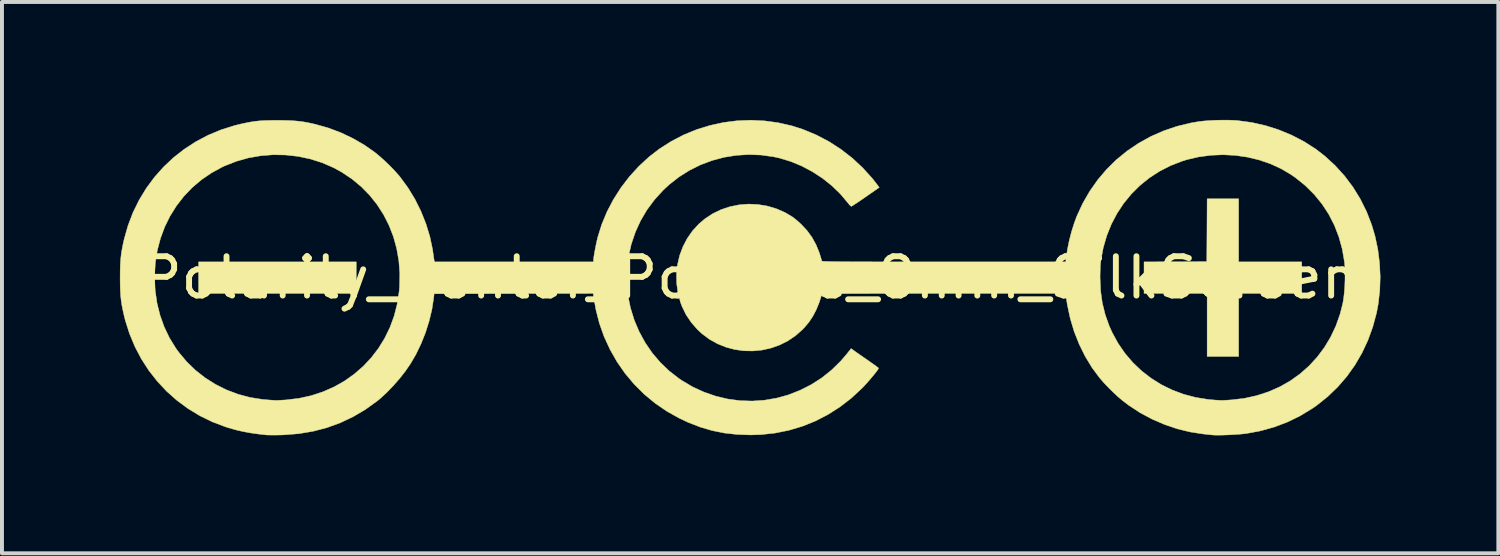
<source format=kicad_pcb>
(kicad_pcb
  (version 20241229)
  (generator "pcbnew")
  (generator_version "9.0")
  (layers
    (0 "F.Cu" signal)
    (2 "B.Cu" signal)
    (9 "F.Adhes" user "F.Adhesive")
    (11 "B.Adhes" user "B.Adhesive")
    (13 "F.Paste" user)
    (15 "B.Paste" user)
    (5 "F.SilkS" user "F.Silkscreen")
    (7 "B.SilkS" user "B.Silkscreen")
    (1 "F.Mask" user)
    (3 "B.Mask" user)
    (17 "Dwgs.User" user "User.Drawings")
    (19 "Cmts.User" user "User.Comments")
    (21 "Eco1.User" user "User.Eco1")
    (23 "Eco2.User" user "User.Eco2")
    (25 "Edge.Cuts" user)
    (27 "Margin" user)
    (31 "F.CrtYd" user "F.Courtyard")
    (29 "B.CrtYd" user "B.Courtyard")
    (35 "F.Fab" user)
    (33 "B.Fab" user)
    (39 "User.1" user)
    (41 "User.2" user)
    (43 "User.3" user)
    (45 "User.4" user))
  (footprint "Polarity_Center_Positive_8mm_SilkScreen"
    (layer "F.Cu")
    (at 16.021 4.012)
    (property "Reference" "Polarity_Center_Positive_8mm_SilkScreen" (at 0 0 0) (layer "F.SilkS") (effects (font (size 1 1) (thickness 0.15))))
    (attr exclude_from_pos_files exclude_from_bom allow_missing_courtyard)
    (fp_poly (pts (xy -10.01 0.401) (xy -14.02 0.401) (xy -14.02 -0.401) (xy -10.01 -0.401) (xy -10.01 0.401)) (stroke (width 0.01) (type solid)) (fill yes) (layer "F.SilkS"))
    (fp_poly (pts (xy 12.433 -0.401) (xy 14.037 -0.401) (xy 14.037 0.401) (xy 12.433 0.401) (xy 12.433 2.005) (xy 11.631 2.005) (xy 11.631 0.401) (xy 10.026 0.401) (xy 10.026 -0.401) (xy 10.824 -0.405) (xy 11.622 -0.409) (xy 11.627 -1.207) (xy 11.631 -2.005) (xy 12.433 -2.005) (xy 12.433 -0.401)) (stroke (width 0.01) (type solid)) (fill yes) (layer "F.SilkS"))
    (fp_poly (pts (xy 12.193 -4.006) (xy 12.338 -4.001) (xy 12.409 -3.995) (xy 12.765 -3.947) (xy 13.115 -3.868) (xy 13.455 -3.76) (xy 13.783 -3.624) (xy 14.095 -3.462) (xy 14.388 -3.275) (xy 14.622 -3.095) (xy 14.886 -2.852) (xy 15.126 -2.588) (xy 15.34 -2.303) (xy 15.527 -2) (xy 15.686 -1.68) (xy 15.816 -1.345) (xy 15.9 -1.061) (xy 15.972 -0.723) (xy 16.016 -0.375) (xy 16.033 -0.023) (xy 16.022 0.326) (xy 15.983 0.666) (xy 15.941 0.892) (xy 15.845 1.249) (xy 15.721 1.591) (xy 15.569 1.916) (xy 15.39 2.223) (xy 15.185 2.511) (xy 14.954 2.778) (xy 14.699 3.024) (xy 14.42 3.247) (xy 14.302 3.329) (xy 13.994 3.516) (xy 13.672 3.673) (xy 13.336 3.8) (xy 12.986 3.897) (xy 12.645 3.961) (xy 12.559 3.972) (xy 12.454 3.982) (xy 12.335 3.99) (xy 12.21 3.997) (xy 12.087 4.002) (xy 11.971 4.005) (xy 11.871 4.006) (xy 11.794 4.003) (xy 11.764 4.001) (xy 11.723 3.996) (xy 11.658 3.99) (xy 11.581 3.981) (xy 11.53 3.976) (xy 11.2 3.925) (xy 10.869 3.844) (xy 10.543 3.733) (xy 10.226 3.596) (xy 9.922 3.433) (xy 9.638 3.247) (xy 9.467 3.116) (xy 9.357 3.022) (xy 9.238 2.911) (xy 9.117 2.791) (xy 9.004 2.672) (xy 8.908 2.562) (xy 8.896 2.548) (xy 8.701 2.285) (xy 8.527 1.998) (xy 8.376 1.691) (xy 8.249 1.37) (xy 8.149 1.036) (xy 8.076 0.695) (xy 8.062 0.606) (xy 8.032 0.401) (xy 4.934 0.401) (xy 4.543 0.401) (xy 4.184 0.401) (xy 3.856 0.401) (xy 3.557 0.402) (xy 3.287 0.402) (xy 3.045 0.403) (xy 2.829 0.403) (xy 2.638 0.404) (xy 2.47 0.405) (xy 2.325 0.406) (xy 2.201 0.408) (xy 2.098 0.409) (xy 2.013 0.411) (xy 1.946 0.412) (xy 1.896 0.414) (xy 1.861 0.417) (xy 1.839 0.419) (xy 1.831 0.422) (xy 1.831 0.422) (xy 1.764 0.633) (xy 1.689 0.817) (xy 1.604 0.98) (xy 1.506 1.128) (xy 1.39 1.266) (xy 1.338 1.321) (xy 1.158 1.479) (xy 0.962 1.611) (xy 0.753 1.715) (xy 0.534 1.792) (xy 0.308 1.842) (xy 0.078 1.864) (xy -0.153 1.86) (xy -0.382 1.828) (xy -0.606 1.768) (xy -0.821 1.682) (xy -1.026 1.568) (xy -1.215 1.427) (xy -1.326 1.325) (xy -1.488 1.141) (xy -1.619 0.947) (xy -1.721 0.74) (xy -1.763 0.628) (xy -1.828 0.387) (xy -1.861 0.144) (xy -1.863 0.006) (xy 8.907 0.006) (xy 8.921 0.329) (xy 8.964 0.638) (xy 9.037 0.935) (xy 9.14 1.226) (xy 9.216 1.395) (xy 9.367 1.671) (xy 9.543 1.927) (xy 9.743 2.161) (xy 9.965 2.372) (xy 10.207 2.559) (xy 10.468 2.722) (xy 10.746 2.858) (xy 11.038 2.967) (xy 11.344 3.047) (xy 11.661 3.098) (xy 11.848 3.114) (xy 11.908 3.117) (xy 11.961 3.12) (xy 11.981 3.122) (xy 12.013 3.122) (xy 12.071 3.119) (xy 12.146 3.115) (xy 12.233 3.109) (xy 12.252 3.108) (xy 12.58 3.069) (xy 12.895 2.999) (xy 13.195 2.901) (xy 13.479 2.776) (xy 13.746 2.624) (xy 13.994 2.447) (xy 14.222 2.246) (xy 14.428 2.022) (xy 14.612 1.777) (xy 14.772 1.511) (xy 14.906 1.227) (xy 15.013 0.924) (xy 15.082 0.652) (xy 15.103 0.526) (xy 15.12 0.377) (xy 15.132 0.213) (xy 15.138 0.044) (xy 15.139 -0.121) (xy 15.134 -0.273) (xy 15.124 -0.397) (xy 15.068 -0.724) (xy 14.982 -1.036) (xy 14.868 -1.332) (xy 14.725 -1.611) (xy 14.554 -1.872) (xy 14.356 -2.115) (xy 14.131 -2.339) (xy 13.88 -2.542) (xy 13.769 -2.619) (xy 13.514 -2.77) (xy 13.24 -2.896) (xy 12.953 -2.994) (xy 12.654 -3.066) (xy 12.348 -3.11) (xy 12.038 -3.126) (xy 11.727 -3.113) (xy 11.419 -3.072) (xy 11.117 -3.002) (xy 10.996 -2.964) (xy 10.699 -2.849) (xy 10.42 -2.706) (xy 10.16 -2.537) (xy 9.921 -2.344) (xy 9.704 -2.128) (xy 9.51 -1.892) (xy 9.34 -1.635) (xy 9.196 -1.361) (xy 9.079 -1.07) (xy 8.99 -0.765) (xy 8.93 -0.446) (xy 8.924 -0.401) (xy 8.918 -0.333) (xy 8.913 -0.241) (xy 8.909 -0.137) (xy 8.907 -0.03) (xy 8.907 0.006) (xy -1.863 0.006) (xy -1.864 -0.098) (xy -1.838 -0.336) (xy -1.784 -0.568) (xy -1.701 -0.789) (xy -1.592 -0.998) (xy -1.457 -1.191) (xy -1.296 -1.366) (xy -1.148 -1.493) (xy -0.947 -1.626) (xy -0.732 -1.73) (xy -0.506 -1.806) (xy -0.272 -1.853) (xy -0.034 -1.872) (xy 0.205 -1.861) (xy 0.442 -1.822) (xy 0.672 -1.755) (xy 0.894 -1.658) (xy 1.078 -1.549) (xy 1.133 -1.508) (xy 1.201 -1.452) (xy 1.272 -1.389) (xy 1.316 -1.348) (xy 1.46 -1.192) (xy 1.582 -1.024) (xy 1.683 -0.84) (xy 1.767 -0.635) (xy 1.832 -0.422) (xy 1.838 -0.419) (xy 1.858 -0.417) (xy 1.891 -0.415) (xy 1.94 -0.413) (xy 2.004 -0.411) (xy 2.087 -0.409) (xy 2.188 -0.408) (xy 2.309 -0.406) (xy 2.451 -0.405) (xy 2.616 -0.404) (xy 2.804 -0.404) (xy 3.017 -0.403) (xy 3.257 -0.402) (xy 3.523 -0.402) (xy 3.818 -0.401) (xy 4.142 -0.401) (xy 4.498 -0.401) (xy 4.885 -0.401) (xy 8.034 -0.401) (xy 8.046 -0.505) (xy 8.077 -0.715) (xy 8.123 -0.94) (xy 8.182 -1.168) (xy 8.251 -1.388) (xy 8.315 -1.561) (xy 8.467 -1.89) (xy 8.646 -2.2) (xy 8.849 -2.489) (xy 9.076 -2.757) (xy 9.326 -3.002) (xy 9.597 -3.223) (xy 9.887 -3.419) (xy 10.195 -3.59) (xy 10.521 -3.733) (xy 10.861 -3.849) (xy 11.216 -3.935) (xy 11.419 -3.97) (xy 11.547 -3.985) (xy 11.699 -3.996) (xy 11.863 -4.004) (xy 12.031 -4.007) (xy 12.193 -4.006)) (stroke (width 0.01) (type solid)) (fill yes) (layer "F.SilkS"))
    (fp_poly (pts (xy 0.378 -3.988) (xy 0.727 -3.94) (xy 1.073 -3.861) (xy 1.345 -3.774) (xy 1.685 -3.633) (xy 2.01 -3.463) (xy 2.317 -3.265) (xy 2.606 -3.041) (xy 2.875 -2.79) (xy 3.122 -2.516) (xy 3.247 -2.355) (xy 3.292 -2.295) (xy 2.946 -2.054) (xy 2.85 -1.988) (xy 2.764 -1.929) (xy 2.689 -1.88) (xy 2.631 -1.842) (xy 2.593 -1.819) (xy 2.58 -1.813) (xy 2.561 -1.826) (xy 2.529 -1.858) (xy 2.493 -1.903) (xy 2.303 -2.129) (xy 2.087 -2.338) (xy 1.849 -2.528) (xy 1.592 -2.695) (xy 1.322 -2.839) (xy 1.041 -2.955) (xy 0.754 -3.042) (xy 0.608 -3.074) (xy 0.288 -3.119) (xy -0.031 -3.131) (xy -0.346 -3.111) (xy -0.657 -3.061) (xy -0.96 -2.98) (xy -1.253 -2.87) (xy -1.534 -2.73) (xy -1.8 -2.563) (xy -2.05 -2.368) (xy -2.206 -2.223) (xy -2.426 -1.981) (xy -2.617 -1.723) (xy -2.779 -1.449) (xy -2.911 -1.159) (xy -3.015 -0.852) (xy -3.089 -0.529) (xy -3.102 -0.451) (xy -3.117 -0.322) (xy -3.126 -0.172) (xy -3.13 -0.01) (xy -3.127 0.153) (xy -3.119 0.305) (xy -3.104 0.436) (xy -3.102 0.449) (xy -3.035 0.771) (xy -2.939 1.081) (xy -2.814 1.375) (xy -2.662 1.653) (xy -2.484 1.913) (xy -2.28 2.153) (xy -2.053 2.371) (xy -1.802 2.566) (xy -1.738 2.61) (xy -1.459 2.775) (xy -1.169 2.909) (xy -0.869 3.013) (xy -0.563 3.086) (xy -0.251 3.128) (xy 0.062 3.138) (xy 0.377 3.116) (xy 0.689 3.062) (xy 0.977 2.982) (xy 1.279 2.864) (xy 1.566 2.718) (xy 1.835 2.545) (xy 2.085 2.344) (xy 2.314 2.119) (xy 2.452 1.959) (xy 2.576 1.803) (xy 2.654 1.859) (xy 2.693 1.887) (xy 2.753 1.929) (xy 2.829 1.982) (xy 2.914 2.041) (xy 3.004 2.103) (xy 3.087 2.162) (xy 3.16 2.213) (xy 3.218 2.256) (xy 3.258 2.286) (xy 3.275 2.301) (xy 3.275 2.302) (xy 3.265 2.325) (xy 3.235 2.367) (xy 3.191 2.426) (xy 3.135 2.495) (xy 3.071 2.571) (xy 3.004 2.648) (xy 2.937 2.723) (xy 2.874 2.791) (xy 2.85 2.815) (xy 2.579 3.066) (xy 2.291 3.288) (xy 1.988 3.481) (xy 1.671 3.645) (xy 1.34 3.778) (xy 0.998 3.881) (xy 0.646 3.952) (xy 0.284 3.992) (xy 0.017 4) (xy -0.324 3.988) (xy -0.646 3.952) (xy -0.956 3.89) (xy -1.259 3.801) (xy -1.562 3.684) (xy -1.792 3.576) (xy -2.109 3.399) (xy -2.407 3.195) (xy -2.684 2.966) (xy -2.939 2.713) (xy -3.171 2.437) (xy -3.377 2.141) (xy -3.556 1.826) (xy -3.707 1.498) (xy -3.825 1.165) (xy -3.913 0.823) (xy -3.947 0.634) (xy -3.985 0.401) (xy -8.029 0.409) (xy -8.042 0.526) (xy -8.086 0.81) (xy -8.156 1.102) (xy -8.248 1.395) (xy -8.362 1.681) (xy -8.493 1.953) (xy -8.631 2.189) (xy -8.76 2.377) (xy -8.909 2.567) (xy -9.07 2.751) (xy -9.236 2.923) (xy -9.401 3.074) (xy -9.48 3.139) (xy -9.779 3.354) (xy -10.092 3.538) (xy -10.417 3.692) (xy -10.755 3.815) (xy -11.106 3.907) (xy -11.47 3.968) (xy -11.846 3.998) (xy -11.923 4.001) (xy -12.025 4.003) (xy -12.12 4.003) (xy -12.201 4.003) (xy -12.262 4.002) (xy -12.291 4.001) (xy -12.517 3.975) (xy -12.719 3.946) (xy -12.904 3.911) (xy -13.08 3.87) (xy -13.257 3.819) (xy -13.343 3.792) (xy -13.676 3.665) (xy -13.993 3.51) (xy -14.292 3.328) (xy -14.572 3.121) (xy -14.832 2.89) (xy -15.07 2.636) (xy -15.285 2.362) (xy -15.475 2.068) (xy -15.639 1.756) (xy -15.776 1.428) (xy -15.885 1.085) (xy -15.907 0.999) (xy -15.941 0.851) (xy -15.968 0.719) (xy -15.988 0.593) (xy -16.002 0.467) (xy -16.01 0.331) (xy -16.015 0.178) (xy -16.016 0) (xy -16.016 -0.008) (xy -15.14 -0.008) (xy -15.124 0.324) (xy -15.078 0.645) (xy -15.001 0.955) (xy -14.895 1.252) (xy -14.759 1.535) (xy -14.594 1.802) (xy -14.523 1.899) (xy -14.321 2.14) (xy -14.097 2.357) (xy -13.851 2.549) (xy -13.588 2.715) (xy -13.309 2.854) (xy -13.016 2.965) (xy -12.712 3.046) (xy -12.399 3.096) (xy -12.274 3.107) (xy -12.196 3.113) (xy -12.127 3.117) (xy -12.077 3.121) (xy -12.057 3.122) (xy -12.028 3.122) (xy -11.974 3.119) (xy -11.9 3.115) (xy -11.815 3.11) (xy -11.79 3.108) (xy -11.465 3.069) (xy -11.153 3) (xy -10.856 2.902) (xy -10.574 2.778) (xy -10.308 2.628) (xy -10.062 2.453) (xy -9.835 2.256) (xy -9.63 2.038) (xy -9.447 1.799) (xy -9.288 1.542) (xy -9.154 1.267) (xy -9.047 0.977) (xy -8.969 0.672) (xy -8.92 0.354) (xy -8.909 0.226) (xy -8.903 -0.105) (xy -8.927 -0.428) (xy -8.982 -0.741) (xy -9.065 -1.042) (xy -9.177 -1.33) (xy -9.315 -1.602) (xy -9.48 -1.859) (xy -9.67 -2.097) (xy -9.884 -2.315) (xy -10.122 -2.512) (xy -10.382 -2.685) (xy -10.586 -2.797) (xy -10.877 -2.923) (xy -11.179 -3.019) (xy -11.49 -3.085) (xy -11.805 -3.12) (xy -12.123 -3.126) (xy -12.44 -3.101) (xy -12.753 -3.046) (xy -13.058 -2.96) (xy -13.354 -2.844) (xy -13.415 -2.816) (xy -13.693 -2.664) (xy -13.951 -2.488) (xy -14.186 -2.288) (xy -14.397 -2.067) (xy -14.584 -1.825) (xy -14.746 -1.566) (xy -14.882 -1.29) (xy -14.99 -0.999) (xy -15.07 -0.694) (xy -15.12 -0.378) (xy -15.139 -0.052) (xy -15.14 -0.008) (xy -16.016 -0.008) (xy -16.015 -0.178) (xy -16.011 -0.331) (xy -16.002 -0.466) (xy -15.988 -0.593) (xy -15.968 -0.719) (xy -15.942 -0.852) (xy -15.914 -0.978) (xy -15.815 -1.326) (xy -15.688 -1.659) (xy -15.532 -1.975) (xy -15.35 -2.275) (xy -15.143 -2.555) (xy -14.913 -2.814) (xy -14.66 -3.052) (xy -14.386 -3.267) (xy -14.093 -3.457) (xy -13.782 -3.622) (xy -13.454 -3.759) (xy -13.11 -3.868) (xy -12.951 -3.907) (xy -12.813 -3.937) (xy -12.692 -3.96) (xy -12.578 -3.977) (xy -12.464 -3.989) (xy -12.343 -3.996) (xy -12.205 -4) (xy -12.044 -4.002) (xy -12.007 -4.002) (xy -11.828 -4) (xy -11.674 -3.995) (xy -11.536 -3.985) (xy -11.407 -3.971) (xy -11.278 -3.95) (xy -11.141 -3.922) (xy -11.047 -3.9) (xy -10.72 -3.808) (xy -10.399 -3.687) (xy -10.089 -3.539) (xy -9.795 -3.368) (xy -9.539 -3.188) (xy -9.418 -3.089) (xy -9.287 -2.971) (xy -9.155 -2.845) (xy -9.032 -2.717) (xy -8.925 -2.597) (xy -8.899 -2.565) (xy -8.698 -2.292) (xy -8.519 -1.999) (xy -8.365 -1.69) (xy -8.238 -1.371) (xy -8.138 -1.045) (xy -8.069 -0.718) (xy -8.055 -0.618) (xy -8.045 -0.548) (xy -8.036 -0.487) (xy -8.03 -0.446) (xy -8.028 -0.439) (xy -8.02 -0.401) (xy -3.977 -0.401) (xy -3.977 -0.441) (xy -3.974 -0.484) (xy -3.964 -0.552) (xy -3.95 -0.638) (xy -3.932 -0.734) (xy -3.912 -0.834) (xy -3.892 -0.928) (xy -3.872 -1.011) (xy -3.869 -1.026) (xy -3.766 -1.356) (xy -3.632 -1.678) (xy -3.469 -1.989) (xy -3.279 -2.287) (xy -3.064 -2.568) (xy -2.826 -2.829) (xy -2.567 -3.069) (xy -2.305 -3.272) (xy -2.003 -3.465) (xy -1.686 -3.63) (xy -1.358 -3.765) (xy -1.02 -3.87) (xy -0.676 -3.946) (xy -0.326 -3.991) (xy 0.026 -4.005) (xy 0.378 -3.988)) (stroke (width 0.01) (type solid)) (fill yes) (layer "F.SilkS")))
  (gr_rect
    (start -3 -3)
    (end 35.059 11.023)
    (stroke (width 0.1) (type default))
    (fill no)
    (layer "Edge.Cuts")))
</source>
